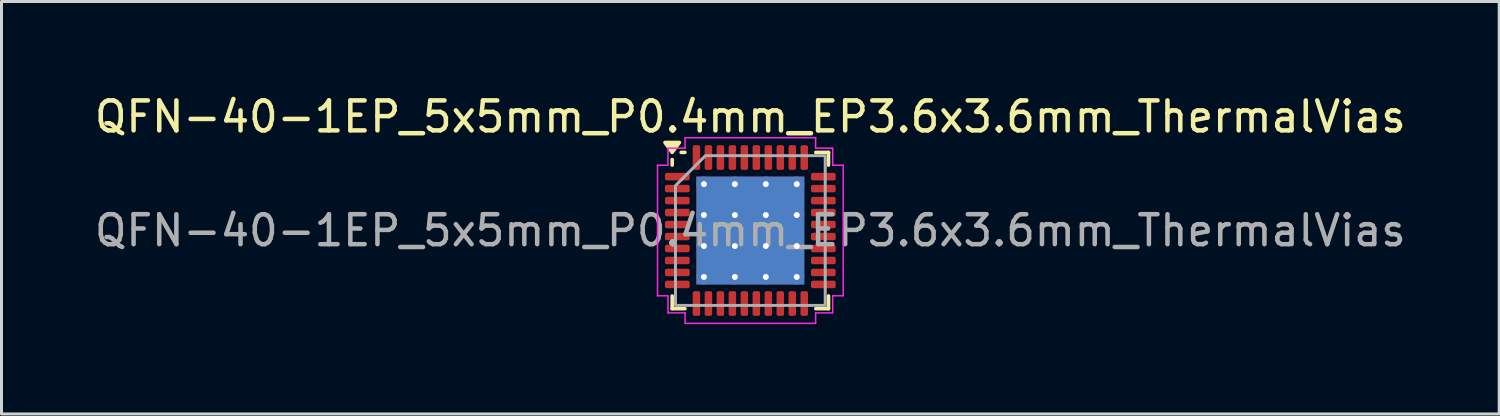
<source format=kicad_pcb>
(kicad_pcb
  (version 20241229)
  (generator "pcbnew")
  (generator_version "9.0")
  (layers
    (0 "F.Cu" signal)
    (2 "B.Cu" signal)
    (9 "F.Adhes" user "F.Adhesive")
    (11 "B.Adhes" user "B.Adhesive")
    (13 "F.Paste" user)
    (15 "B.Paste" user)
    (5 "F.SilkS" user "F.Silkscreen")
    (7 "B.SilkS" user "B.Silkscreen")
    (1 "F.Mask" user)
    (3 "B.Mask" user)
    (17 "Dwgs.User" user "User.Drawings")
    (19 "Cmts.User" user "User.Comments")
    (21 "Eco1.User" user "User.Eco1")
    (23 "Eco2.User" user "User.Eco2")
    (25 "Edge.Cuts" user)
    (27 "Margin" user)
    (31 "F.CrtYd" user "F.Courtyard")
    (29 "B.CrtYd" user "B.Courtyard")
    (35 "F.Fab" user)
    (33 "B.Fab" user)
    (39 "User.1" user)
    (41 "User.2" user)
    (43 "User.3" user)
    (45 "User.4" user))
  (footprint "QFN-40-1EP_5x5mm_P0.4mm_EP3.6x3.6mm_ThermalVias"
    (layer "F.Cu")
    (at 22.006 4.648)
    (property "Reference" "QFN-40-1EP_5x5mm_P0.4mm_EP3.6x3.6mm_ThermalVias" (at 0 -3.8 0) (layer "F.SilkS") (effects (font (size 1 1) (thickness 0.15))))
    (attr smd)
    (fp_line (start -2.61 -2.185) (end -2.61 -2.37) (stroke (width 0.12) (type solid)) (layer "F.SilkS"))
    (fp_line (start -2.61 2.61) (end -2.61 2.185) (stroke (width 0.12) (type solid)) (layer "F.SilkS"))
    (fp_line (start -2.185 -2.61) (end -2.31 -2.61) (stroke (width 0.12) (type solid)) (layer "F.SilkS"))
    (fp_line (start -2.185 2.61) (end -2.61 2.61) (stroke (width 0.12) (type solid)) (layer "F.SilkS"))
    (fp_line (start 2.185 -2.61) (end 2.61 -2.61) (stroke (width 0.12) (type solid)) (layer "F.SilkS"))
    (fp_line (start 2.185 2.61) (end 2.61 2.61) (stroke (width 0.12) (type solid)) (layer "F.SilkS"))
    (fp_line (start 2.61 -2.61) (end 2.61 -2.185) (stroke (width 0.12) (type solid)) (layer "F.SilkS"))
    (fp_line (start 2.61 2.61) (end 2.61 2.185) (stroke (width 0.12) (type solid)) (layer "F.SilkS"))
    (fp_poly (pts (xy -2.61 -2.61) (xy -2.85 -2.94) (xy -2.37 -2.94)) (stroke (width 0.12) (type solid)) (fill yes) (layer "F.SilkS"))
    (fp_line (start -3.1 -2.18) (end -2.75 -2.18) (stroke (width 0.05) (type solid)) (layer "F.CrtYd"))
    (fp_line (start -3.1 2.18) (end -3.1 -2.18) (stroke (width 0.05) (type solid)) (layer "F.CrtYd"))
    (fp_line (start -2.75 -2.75) (end -2.18 -2.75) (stroke (width 0.05) (type solid)) (layer "F.CrtYd"))
    (fp_line (start -2.75 -2.18) (end -2.75 -2.75) (stroke (width 0.05) (type solid)) (layer "F.CrtYd"))
    (fp_line (start -2.75 2.18) (end -3.1 2.18) (stroke (width 0.05) (type solid)) (layer "F.CrtYd"))
    (fp_line (start -2.75 2.75) (end -2.75 2.18) (stroke (width 0.05) (type solid)) (layer "F.CrtYd"))
    (fp_line (start -2.18 -3.1) (end 2.18 -3.1) (stroke (width 0.05) (type solid)) (layer "F.CrtYd"))
    (fp_line (start -2.18 -2.75) (end -2.18 -3.1) (stroke (width 0.05) (type solid)) (layer "F.CrtYd"))
    (fp_line (start -2.18 2.75) (end -2.75 2.75) (stroke (width 0.05) (type solid)) (layer "F.CrtYd"))
    (fp_line (start -2.18 3.1) (end -2.18 2.75) (stroke (width 0.05) (type solid)) (layer "F.CrtYd"))
    (fp_line (start 2.18 -3.1) (end 2.18 -2.75) (stroke (width 0.05) (type solid)) (layer "F.CrtYd"))
    (fp_line (start 2.18 -2.75) (end 2.75 -2.75) (stroke (width 0.05) (type solid)) (layer "F.CrtYd"))
    (fp_line (start 2.18 2.75) (end 2.18 3.1) (stroke (width 0.05) (type solid)) (layer "F.CrtYd"))
    (fp_line (start 2.18 3.1) (end -2.18 3.1) (stroke (width 0.05) (type solid)) (layer "F.CrtYd"))
    (fp_line (start 2.75 -2.75) (end 2.75 -2.18) (stroke (width 0.05) (type solid)) (layer "F.CrtYd"))
    (fp_line (start 2.75 -2.18) (end 3.1 -2.18) (stroke (width 0.05) (type solid)) (layer "F.CrtYd"))
    (fp_line (start 2.75 2.18) (end 2.75 2.75) (stroke (width 0.05) (type solid)) (layer "F.CrtYd"))
    (fp_line (start 2.75 2.75) (end 2.18 2.75) (stroke (width 0.05) (type solid)) (layer "F.CrtYd"))
    (fp_line (start 3.1 -2.18) (end 3.1 2.18) (stroke (width 0.05) (type solid)) (layer "F.CrtYd"))
    (fp_line (start 3.1 2.18) (end 2.75 2.18) (stroke (width 0.05) (type solid)) (layer "F.CrtYd"))
    (fp_poly (pts (xy -2.5 -1.5) (xy -2.5 2.5) (xy 2.5 2.5) (xy 2.5 -2.5) (xy -1.5 -2.5)) (stroke (width 0.1) (type solid)) (fill no) (layer "F.Fab"))
    (fp_text user "${REFERENCE}" (at 0 0 0) (layer "F.Fab") (effects (font (size 1 1) (thickness 0.15))))
    (pad "" smd roundrect (at -1.2 -1.2) (size 0.93 0.93) (layers "F.Paste") (roundrect_rratio 0.25))
    (pad "" smd roundrect (at -1.2 0) (size 0.93 0.93) (layers "F.Paste") (roundrect_rratio 0.25))
    (pad "" smd roundrect (at -1.2 1.2) (size 0.93 0.93) (layers "F.Paste") (roundrect_rratio 0.25))
    (pad "" smd roundrect (at 0 -1.2) (size 0.93 0.93) (layers "F.Paste") (roundrect_rratio 0.25))
    (pad "" smd roundrect (at 0 0) (size 0.93 0.93) (layers "F.Paste") (roundrect_rratio 0.25))
    (pad "" smd roundrect (at 0 1.2) (size 0.93 0.93) (layers "F.Paste") (roundrect_rratio 0.25))
    (pad "" smd roundrect (at 1.2 -1.2) (size 0.93 0.93) (layers "F.Paste") (roundrect_rratio 0.25))
    (pad "" smd roundrect (at 1.2 0) (size 0.93 0.93) (layers "F.Paste") (roundrect_rratio 0.25))
    (pad "" smd roundrect (at 1.2 1.2) (size 0.93 0.93) (layers "F.Paste") (roundrect_rratio 0.25))
    (pad "1" smd roundrect (at -2.438 -1.8) (size 0.825 0.25) (layers "F.Cu" "F.Mask" "F.Paste") (roundrect_rratio 0.25))
    (pad "2" smd roundrect (at -2.438 -1.4) (size 0.825 0.25) (layers "F.Cu" "F.Mask" "F.Paste") (roundrect_rratio 0.25))
    (pad "3" smd roundrect (at -2.438 -1) (size 0.825 0.25) (layers "F.Cu" "F.Mask" "F.Paste") (roundrect_rratio 0.25))
    (pad "4" smd roundrect (at -2.438 -0.6) (size 0.825 0.25) (layers "F.Cu" "F.Mask" "F.Paste") (roundrect_rratio 0.25))
    (pad "5" smd roundrect (at -2.438 -0.2) (size 0.825 0.25) (layers "F.Cu" "F.Mask" "F.Paste") (roundrect_rratio 0.25))
    (pad "6" smd roundrect (at -2.438 0.2) (size 0.825 0.25) (layers "F.Cu" "F.Mask" "F.Paste") (roundrect_rratio 0.25))
    (pad "7" smd roundrect (at -2.438 0.6) (size 0.825 0.25) (layers "F.Cu" "F.Mask" "F.Paste") (roundrect_rratio 0.25))
    (pad "8" smd roundrect (at -2.438 1) (size 0.825 0.25) (layers "F.Cu" "F.Mask" "F.Paste") (roundrect_rratio 0.25))
    (pad "9" smd roundrect (at -2.438 1.4) (size 0.825 0.25) (layers "F.Cu" "F.Mask" "F.Paste") (roundrect_rratio 0.25))
    (pad "10" smd roundrect (at -2.438 1.8) (size 0.825 0.25) (layers "F.Cu" "F.Mask" "F.Paste") (roundrect_rratio 0.25))
    (pad "11" smd roundrect (at -1.8 2.438) (size 0.25 0.825) (layers "F.Cu" "F.Mask" "F.Paste") (roundrect_rratio 0.25))
    (pad "12" smd roundrect (at -1.4 2.438) (size 0.25 0.825) (layers "F.Cu" "F.Mask" "F.Paste") (roundrect_rratio 0.25))
    (pad "13" smd roundrect (at -1 2.438) (size 0.25 0.825) (layers "F.Cu" "F.Mask" "F.Paste") (roundrect_rratio 0.25))
    (pad "14" smd roundrect (at -0.6 2.438) (size 0.25 0.825) (layers "F.Cu" "F.Mask" "F.Paste") (roundrect_rratio 0.25))
    (pad "15" smd roundrect (at -0.2 2.438) (size 0.25 0.825) (layers "F.Cu" "F.Mask" "F.Paste") (roundrect_rratio 0.25))
    (pad "16" smd roundrect (at 0.2 2.438) (size 0.25 0.825) (layers "F.Cu" "F.Mask" "F.Paste") (roundrect_rratio 0.25))
    (pad "17" smd roundrect (at 0.6 2.438) (size 0.25 0.825) (layers "F.Cu" "F.Mask" "F.Paste") (roundrect_rratio 0.25))
    (pad "18" smd roundrect (at 1 2.438) (size 0.25 0.825) (layers "F.Cu" "F.Mask" "F.Paste") (roundrect_rratio 0.25))
    (pad "19" smd roundrect (at 1.4 2.438) (size 0.25 0.825) (layers "F.Cu" "F.Mask" "F.Paste") (roundrect_rratio 0.25))
    (pad "20" smd roundrect (at 1.8 2.438) (size 0.25 0.825) (layers "F.Cu" "F.Mask" "F.Paste") (roundrect_rratio 0.25))
    (pad "21" smd roundrect (at 2.438 1.8) (size 0.825 0.25) (layers "F.Cu" "F.Mask" "F.Paste") (roundrect_rratio 0.25))
    (pad "22" smd roundrect (at 2.438 1.4) (size 0.825 0.25) (layers "F.Cu" "F.Mask" "F.Paste") (roundrect_rratio 0.25))
    (pad "23" smd roundrect (at 2.438 1) (size 0.825 0.25) (layers "F.Cu" "F.Mask" "F.Paste") (roundrect_rratio 0.25))
    (pad "24" smd roundrect (at 2.438 0.6) (size 0.825 0.25) (layers "F.Cu" "F.Mask" "F.Paste") (roundrect_rratio 0.25))
    (pad "25" smd roundrect (at 2.438 0.2) (size 0.825 0.25) (layers "F.Cu" "F.Mask" "F.Paste") (roundrect_rratio 0.25))
    (pad "26" smd roundrect (at 2.438 -0.2) (size 0.825 0.25) (layers "F.Cu" "F.Mask" "F.Paste") (roundrect_rratio 0.25))
    (pad "27" smd roundrect (at 2.438 -0.6) (size 0.825 0.25) (layers "F.Cu" "F.Mask" "F.Paste") (roundrect_rratio 0.25))
    (pad "28" smd roundrect (at 2.438 -1) (size 0.825 0.25) (layers "F.Cu" "F.Mask" "F.Paste") (roundrect_rratio 0.25))
    (pad "29" smd roundrect (at 2.438 -1.4) (size 0.825 0.25) (layers "F.Cu" "F.Mask" "F.Paste") (roundrect_rratio 0.25))
    (pad "30" smd roundrect (at 2.438 -1.8) (size 0.825 0.25) (layers "F.Cu" "F.Mask" "F.Paste") (roundrect_rratio 0.25))
    (pad "31" smd roundrect (at 1.8 -2.438) (size 0.25 0.825) (layers "F.Cu" "F.Mask" "F.Paste") (roundrect_rratio 0.25))
    (pad "32" smd roundrect (at 1.4 -2.438) (size 0.25 0.825) (layers "F.Cu" "F.Mask" "F.Paste") (roundrect_rratio 0.25))
    (pad "33" smd roundrect (at 1 -2.438) (size 0.25 0.825) (layers "F.Cu" "F.Mask" "F.Paste") (roundrect_rratio 0.25))
    (pad "34" smd roundrect (at 0.6 -2.438) (size 0.25 0.825) (layers "F.Cu" "F.Mask" "F.Paste") (roundrect_rratio 0.25))
    (pad "35" smd roundrect (at 0.2 -2.438) (size 0.25 0.825) (layers "F.Cu" "F.Mask" "F.Paste") (roundrect_rratio 0.25))
    (pad "36" smd roundrect (at -0.2 -2.438) (size 0.25 0.825) (layers "F.Cu" "F.Mask" "F.Paste") (roundrect_rratio 0.25))
    (pad "37" smd roundrect (at -0.6 -2.438) (size 0.25 0.825) (layers "F.Cu" "F.Mask" "F.Paste") (roundrect_rratio 0.25))
    (pad "38" smd roundrect (at -1 -2.438) (size 0.25 0.825) (layers "F.Cu" "F.Mask" "F.Paste") (roundrect_rratio 0.25))
    (pad "39" smd roundrect (at -1.4 -2.438) (size 0.25 0.825) (layers "F.Cu" "F.Mask" "F.Paste") (roundrect_rratio 0.25))
    (pad "40" smd roundrect (at -1.8 -2.438) (size 0.25 0.825) (layers "F.Cu" "F.Mask" "F.Paste") (roundrect_rratio 0.25))
    (pad "41" thru_hole circle (at -1.55 -1.55) (size 0.5 0.5) (drill 0.2) (property pad_prop_heatsink) (layers "*.Cu"))
    (pad "41" thru_hole circle (at -1.55 -0.517) (size 0.5 0.5) (drill 0.2) (property pad_prop_heatsink) (layers "*.Cu"))
    (pad "41" thru_hole circle (at -1.55 0.517) (size 0.5 0.5) (drill 0.2) (property pad_prop_heatsink) (layers "*.Cu"))
    (pad "41" thru_hole circle (at -1.55 1.55) (size 0.5 0.5) (drill 0.2) (property pad_prop_heatsink) (layers "*.Cu"))
    (pad "41" thru_hole circle (at -0.517 -1.55) (size 0.5 0.5) (drill 0.2) (property pad_prop_heatsink) (layers "*.Cu"))
    (pad "41" thru_hole circle (at -0.517 -0.517) (size 0.5 0.5) (drill 0.2) (property pad_prop_heatsink) (layers "*.Cu"))
    (pad "41" thru_hole circle (at -0.517 0.517) (size 0.5 0.5) (drill 0.2) (property pad_prop_heatsink) (layers "*.Cu"))
    (pad "41" thru_hole circle (at -0.517 1.55) (size 0.5 0.5) (drill 0.2) (property pad_prop_heatsink) (layers "*.Cu"))
    (pad "41" smd rect (at 0 0) (size 3.6 3.6) (property pad_prop_heatsink) (layers "F.Cu" "F.Mask"))
    (pad "41" smd rect (at 0 0) (size 3.6 3.6) (property pad_prop_heatsink) (layers "B.Cu"))
    (pad "41" thru_hole circle (at 0.517 -1.55) (size 0.5 0.5) (drill 0.2) (property pad_prop_heatsink) (layers "*.Cu"))
    (pad "41" thru_hole circle (at 0.517 -0.517) (size 0.5 0.5) (drill 0.2) (property pad_prop_heatsink) (layers "*.Cu"))
    (pad "41" thru_hole circle (at 0.517 0.517) (size 0.5 0.5) (drill 0.2) (property pad_prop_heatsink) (layers "*.Cu"))
    (pad "41" thru_hole circle (at 0.517 1.55) (size 0.5 0.5) (drill 0.2) (property pad_prop_heatsink) (layers "*.Cu"))
    (pad "41" thru_hole circle (at 1.55 -1.55) (size 0.5 0.5) (drill 0.2) (property pad_prop_heatsink) (layers "*.Cu"))
    (pad "41" thru_hole circle (at 1.55 -0.517) (size 0.5 0.5) (drill 0.2) (property pad_prop_heatsink) (layers "*.Cu"))
    (pad "41" thru_hole circle (at 1.55 0.517) (size 0.5 0.5) (drill 0.2) (property pad_prop_heatsink) (layers "*.Cu"))
    (pad "41" thru_hole circle (at 1.55 1.55) (size 0.5 0.5) (drill 0.2) (property pad_prop_heatsink) (layers "*.Cu")))
  (gr_rect
    (start -3 -3)
    (end 47.012 10.773)
    (stroke (width 0.1) (type default))
    (fill no)
    (layer "Edge.Cuts")))
</source>
